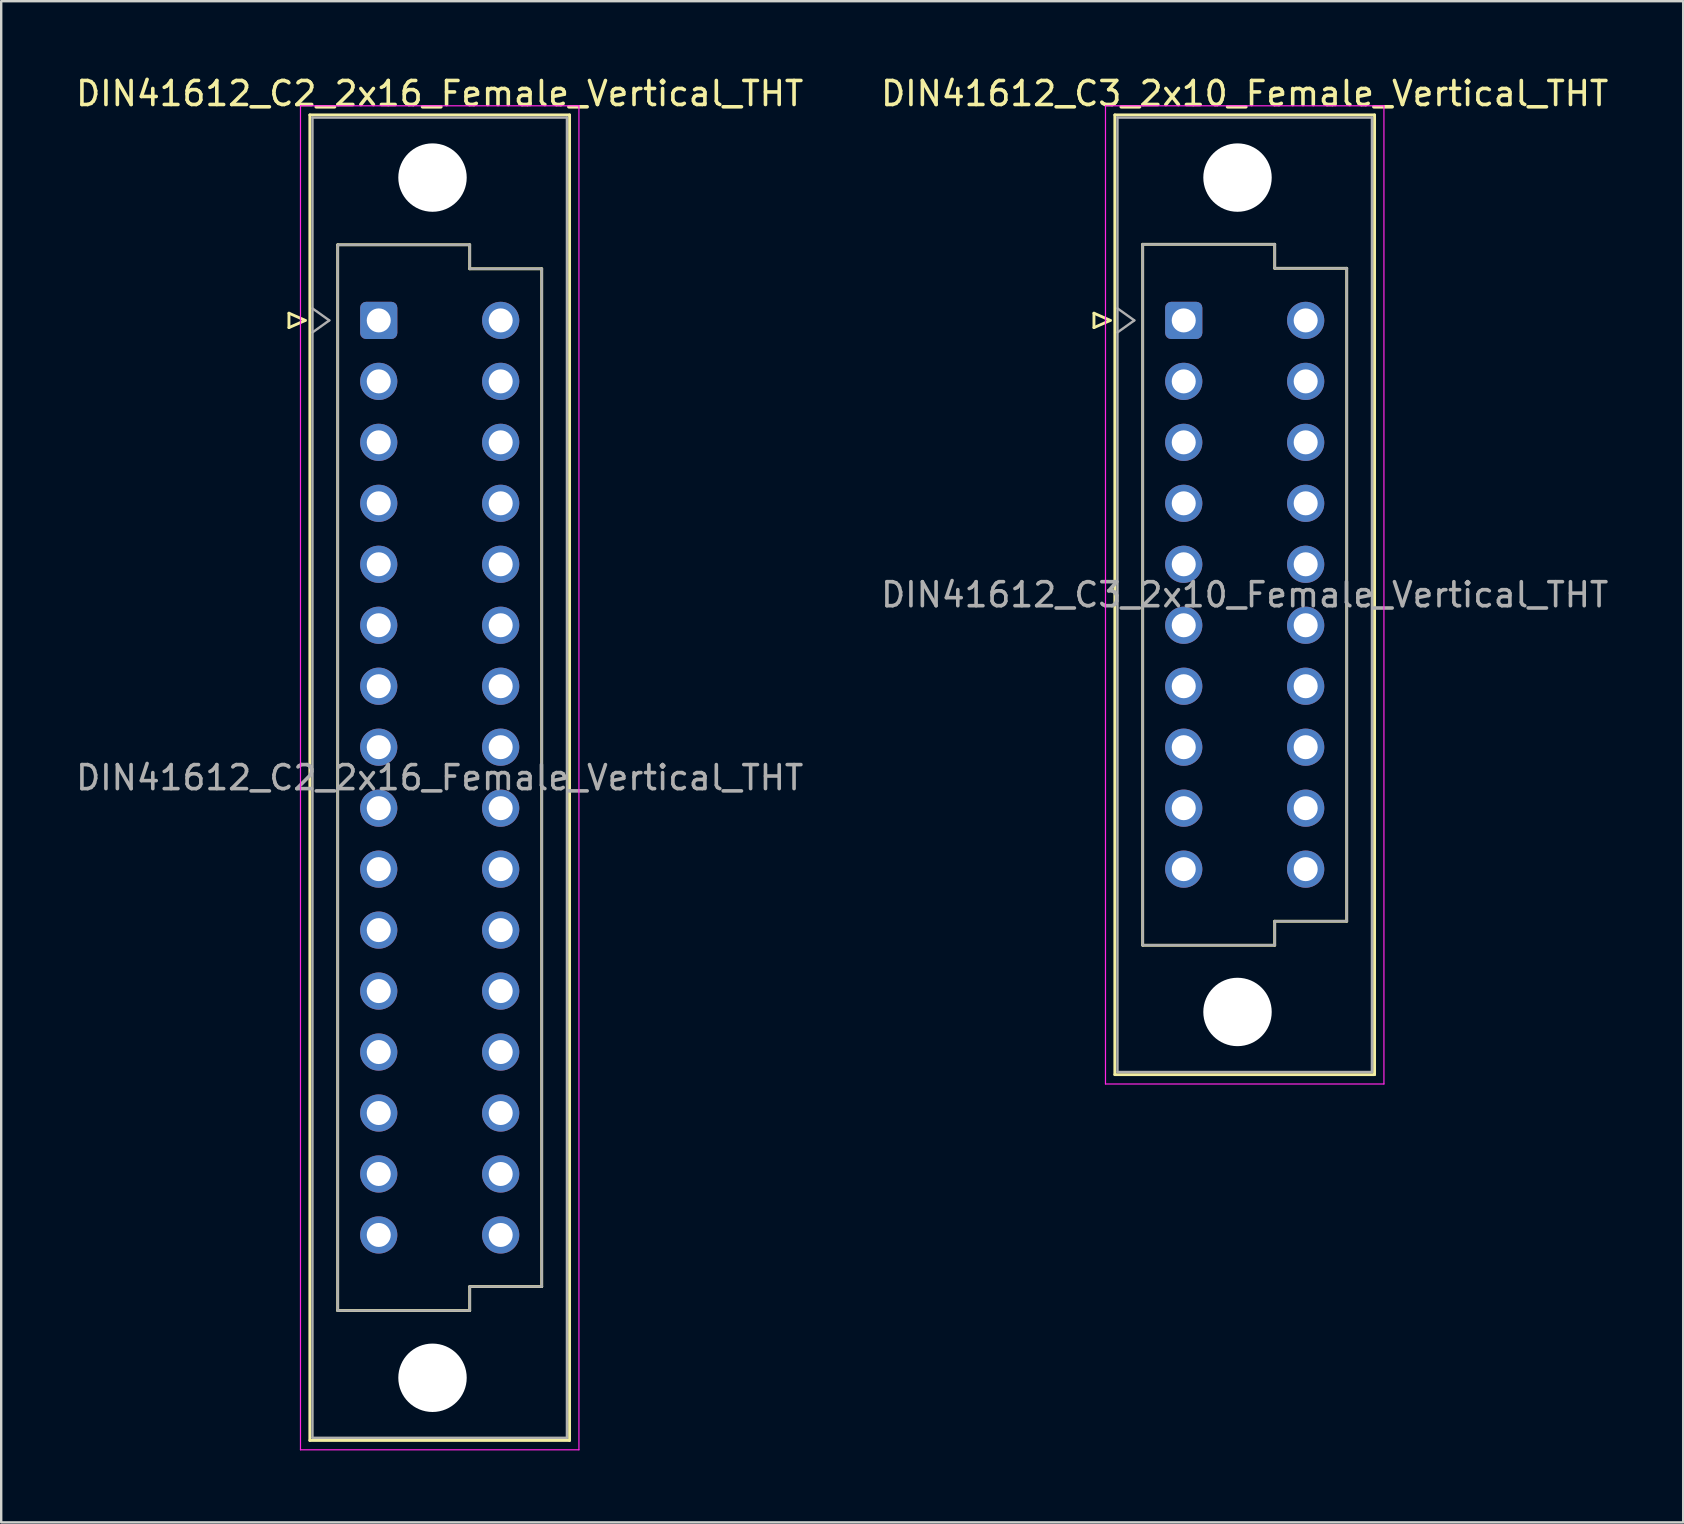
<source format=kicad_pcb>
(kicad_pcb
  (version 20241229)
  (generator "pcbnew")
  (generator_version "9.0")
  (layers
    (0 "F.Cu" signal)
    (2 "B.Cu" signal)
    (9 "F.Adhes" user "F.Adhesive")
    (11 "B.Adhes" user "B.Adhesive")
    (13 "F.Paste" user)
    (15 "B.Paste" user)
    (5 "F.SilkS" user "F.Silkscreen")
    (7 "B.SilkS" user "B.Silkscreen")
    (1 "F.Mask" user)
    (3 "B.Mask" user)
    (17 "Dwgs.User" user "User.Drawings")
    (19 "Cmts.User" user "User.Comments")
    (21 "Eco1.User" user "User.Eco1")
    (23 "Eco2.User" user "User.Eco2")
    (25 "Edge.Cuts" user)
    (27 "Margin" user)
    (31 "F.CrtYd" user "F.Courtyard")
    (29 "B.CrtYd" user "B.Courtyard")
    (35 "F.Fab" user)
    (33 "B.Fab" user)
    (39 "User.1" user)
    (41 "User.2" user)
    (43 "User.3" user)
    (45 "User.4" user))
  (footprint "DIN41612_C2_2x16_Female_Vertical_THT"
    (layer "F.Cu")
    (at 12.728 10.298)
    (property "Reference" "DIN41612_C2_2x16_Female_Vertical_THT" (at 2.54 -9.45 0) (layer "F.SilkS") (effects (font (size 1 1) (thickness 0.15))))
    (attr through_hole)
    (fp_line (start -3.74 -0.3) (end -3.74 0.3) (stroke (width 0.12) (type solid)) (layer "F.SilkS"))
    (fp_line (start -3.74 0.3) (end -3.06 0) (stroke (width 0.12) (type solid)) (layer "F.SilkS"))
    (fp_line (start -3.06 0) (end -3.74 -0.3) (stroke (width 0.12) (type solid)) (layer "F.SilkS"))
    (fp_line (start -2.87 -8.56) (end 7.95 -8.56) (stroke (width 0.12) (type solid)) (layer "F.SilkS"))
    (fp_line (start -2.87 46.66) (end -2.87 -8.56) (stroke (width 0.12) (type solid)) (layer "F.SilkS"))
    (fp_line (start -1.71 -3.15) (end 3.79 -3.15) (stroke (width 0.12) (type solid)) (layer "F.SilkS"))
    (fp_line (start -1.71 41.25) (end -1.71 -3.15) (stroke (width 0.12) (type solid)) (layer "F.SilkS"))
    (fp_line (start 3.79 -3.15) (end 3.79 -2.15) (stroke (width 0.12) (type solid)) (layer "F.SilkS"))
    (fp_line (start 3.79 -2.15) (end 6.79 -2.15) (stroke (width 0.12) (type solid)) (layer "F.SilkS"))
    (fp_line (start 3.79 40.25) (end 3.79 41.25) (stroke (width 0.12) (type solid)) (layer "F.SilkS"))
    (fp_line (start 3.79 41.25) (end -1.71 41.25) (stroke (width 0.12) (type solid)) (layer "F.SilkS"))
    (fp_line (start 6.79 -2.15) (end 6.79 40.25) (stroke (width 0.12) (type solid)) (layer "F.SilkS"))
    (fp_line (start 6.79 40.25) (end 3.79 40.25) (stroke (width 0.12) (type solid)) (layer "F.SilkS"))
    (fp_line (start 7.95 -8.56) (end 7.95 46.66) (stroke (width 0.12) (type solid)) (layer "F.SilkS"))
    (fp_line (start 7.95 46.66) (end -2.87 46.66) (stroke (width 0.12) (type solid)) (layer "F.SilkS"))
    (fp_line (start -3.26 -8.94) (end 8.34 -8.94) (stroke (width 0.05) (type solid)) (layer "F.CrtYd"))
    (fp_line (start -3.26 47.05) (end -3.26 -8.94) (stroke (width 0.05) (type solid)) (layer "F.CrtYd"))
    (fp_line (start 8.34 -8.94) (end 8.34 47.05) (stroke (width 0.05) (type solid)) (layer "F.CrtYd"))
    (fp_line (start 8.34 47.05) (end -3.26 47.05) (stroke (width 0.05) (type solid)) (layer "F.CrtYd"))
    (fp_line (start -2.76 -8.45) (end 7.84 -8.45) (stroke (width 0.1) (type solid)) (layer "F.Fab"))
    (fp_line (start -2.76 -0.5) (end -2.06 0) (stroke (width 0.1) (type solid)) (layer "F.Fab"))
    (fp_line (start -2.76 46.55) (end -2.76 -8.45) (stroke (width 0.1) (type solid)) (layer "F.Fab"))
    (fp_line (start -2.06 0) (end -2.76 0.5) (stroke (width 0.1) (type solid)) (layer "F.Fab"))
    (fp_line (start -1.71 -3.15) (end 3.79 -3.15) (stroke (width 0.1) (type solid)) (layer "F.Fab"))
    (fp_line (start -1.71 41.25) (end -1.71 -3.15) (stroke (width 0.1) (type solid)) (layer "F.Fab"))
    (fp_line (start 3.79 -3.15) (end 3.79 -2.15) (stroke (width 0.1) (type solid)) (layer "F.Fab"))
    (fp_line (start 3.79 -2.15) (end 6.79 -2.15) (stroke (width 0.1) (type solid)) (layer "F.Fab"))
    (fp_line (start 3.79 40.25) (end 3.79 41.25) (stroke (width 0.1) (type solid)) (layer "F.Fab"))
    (fp_line (start 3.79 41.25) (end -1.71 41.25) (stroke (width 0.1) (type solid)) (layer "F.Fab"))
    (fp_line (start 6.79 -2.15) (end 6.79 40.25) (stroke (width 0.1) (type solid)) (layer "F.Fab"))
    (fp_line (start 6.79 40.25) (end 3.79 40.25) (stroke (width 0.1) (type solid)) (layer "F.Fab"))
    (fp_line (start 7.84 -8.45) (end 7.84 46.55) (stroke (width 0.1) (type solid)) (layer "F.Fab"))
    (fp_line (start 7.84 46.55) (end -2.76 46.55) (stroke (width 0.1) (type solid)) (layer "F.Fab"))
    (fp_text user "${REFERENCE}" (at 2.54 19.05 0) (layer "F.Fab") (effects (font (size 1 1) (thickness 0.15))))
    (pad "" np_thru_hole circle (at 2.24 -5.95) (size 2.85 2.85) (drill 2.85) (layers "*.Cu" "*.Mask"))
    (pad "" np_thru_hole circle (at 2.24 44.05) (size 2.85 2.85) (drill 2.85) (layers "*.Cu" "*.Mask"))
    (pad "a1" thru_hole roundrect (at 0 0) (size 1.55 1.55) (drill 1) (layers "*.Cu" "*.Mask") (roundrect_rratio 0.161))
    (pad "a2" thru_hole circle (at 0 2.54) (size 1.55 1.55) (drill 1) (layers "*.Cu" "*.Mask"))
    (pad "a3" thru_hole circle (at 0 5.08) (size 1.55 1.55) (drill 1) (layers "*.Cu" "*.Mask"))
    (pad "a4" thru_hole circle (at 0 7.62) (size 1.55 1.55) (drill 1) (layers "*.Cu" "*.Mask"))
    (pad "a5" thru_hole circle (at 0 10.16) (size 1.55 1.55) (drill 1) (layers "*.Cu" "*.Mask"))
    (pad "a6" thru_hole circle (at 0 12.7) (size 1.55 1.55) (drill 1) (layers "*.Cu" "*.Mask"))
    (pad "a7" thru_hole circle (at 0 15.24) (size 1.55 1.55) (drill 1) (layers "*.Cu" "*.Mask"))
    (pad "a8" thru_hole circle (at 0 17.78) (size 1.55 1.55) (drill 1) (layers "*.Cu" "*.Mask"))
    (pad "a9" thru_hole circle (at 0 20.32) (size 1.55 1.55) (drill 1) (layers "*.Cu" "*.Mask"))
    (pad "a10" thru_hole circle (at 0 22.86) (size 1.55 1.55) (drill 1) (layers "*.Cu" "*.Mask"))
    (pad "a11" thru_hole circle (at 0 25.4) (size 1.55 1.55) (drill 1) (layers "*.Cu" "*.Mask"))
    (pad "a12" thru_hole circle (at 0 27.94) (size 1.55 1.55) (drill 1) (layers "*.Cu" "*.Mask"))
    (pad "a13" thru_hole circle (at 0 30.48) (size 1.55 1.55) (drill 1) (layers "*.Cu" "*.Mask"))
    (pad "a14" thru_hole circle (at 0 33.02) (size 1.55 1.55) (drill 1) (layers "*.Cu" "*.Mask"))
    (pad "a15" thru_hole circle (at 0 35.56) (size 1.55 1.55) (drill 1) (layers "*.Cu" "*.Mask"))
    (pad "a16" thru_hole circle (at 0 38.1) (size 1.55 1.55) (drill 1) (layers "*.Cu" "*.Mask"))
    (pad "c1" thru_hole circle (at 5.08 0) (size 1.55 1.55) (drill 1) (layers "*.Cu" "*.Mask"))
    (pad "c2" thru_hole circle (at 5.08 2.54) (size 1.55 1.55) (drill 1) (layers "*.Cu" "*.Mask"))
    (pad "c3" thru_hole circle (at 5.08 5.08) (size 1.55 1.55) (drill 1) (layers "*.Cu" "*.Mask"))
    (pad "c4" thru_hole circle (at 5.08 7.62) (size 1.55 1.55) (drill 1) (layers "*.Cu" "*.Mask"))
    (pad "c5" thru_hole circle (at 5.08 10.16) (size 1.55 1.55) (drill 1) (layers "*.Cu" "*.Mask"))
    (pad "c6" thru_hole circle (at 5.08 12.7) (size 1.55 1.55) (drill 1) (layers "*.Cu" "*.Mask"))
    (pad "c7" thru_hole circle (at 5.08 15.24) (size 1.55 1.55) (drill 1) (layers "*.Cu" "*.Mask"))
    (pad "c8" thru_hole circle (at 5.08 17.78) (size 1.55 1.55) (drill 1) (layers "*.Cu" "*.Mask"))
    (pad "c9" thru_hole circle (at 5.08 20.32) (size 1.55 1.55) (drill 1) (layers "*.Cu" "*.Mask"))
    (pad "c10" thru_hole circle (at 5.08 22.86) (size 1.55 1.55) (drill 1) (layers "*.Cu" "*.Mask"))
    (pad "c11" thru_hole circle (at 5.08 25.4) (size 1.55 1.55) (drill 1) (layers "*.Cu" "*.Mask"))
    (pad "c12" thru_hole circle (at 5.08 27.94) (size 1.55 1.55) (drill 1) (layers "*.Cu" "*.Mask"))
    (pad "c13" thru_hole circle (at 5.08 30.48) (size 1.55 1.55) (drill 1) (layers "*.Cu" "*.Mask"))
    (pad "c14" thru_hole circle (at 5.08 33.02) (size 1.55 1.55) (drill 1) (layers "*.Cu" "*.Mask"))
    (pad "c15" thru_hole circle (at 5.08 35.56) (size 1.55 1.55) (drill 1) (layers "*.Cu" "*.Mask"))
    (pad "c16" thru_hole circle (at 5.08 38.1) (size 1.55 1.55) (drill 1) (layers "*.Cu" "*.Mask")))
  (footprint "DIN41612_C3_2x10_Female_Vertical_THT"
    (layer "F.Cu")
    (at 46.264 10.298)
    (property "Reference" "DIN41612_C3_2x10_Female_Vertical_THT" (at 2.54 -9.45 0) (layer "F.SilkS") (effects (font (size 1 1) (thickness 0.15))))
    (attr through_hole)
    (fp_line (start -3.74 -0.3) (end -3.74 0.3) (stroke (width 0.12) (type solid)) (layer "F.SilkS"))
    (fp_line (start -3.74 0.3) (end -3.06 0) (stroke (width 0.12) (type solid)) (layer "F.SilkS"))
    (fp_line (start -3.06 0) (end -3.74 -0.3) (stroke (width 0.12) (type solid)) (layer "F.SilkS"))
    (fp_line (start -2.87 -8.56) (end 7.95 -8.56) (stroke (width 0.12) (type solid)) (layer "F.SilkS"))
    (fp_line (start -2.87 31.42) (end -2.87 -8.56) (stroke (width 0.12) (type solid)) (layer "F.SilkS"))
    (fp_line (start -1.71 -3.17) (end 3.79 -3.17) (stroke (width 0.12) (type solid)) (layer "F.SilkS"))
    (fp_line (start -1.71 26.03) (end -1.71 -3.17) (stroke (width 0.12) (type solid)) (layer "F.SilkS"))
    (fp_line (start 3.79 -3.17) (end 3.79 -2.17) (stroke (width 0.12) (type solid)) (layer "F.SilkS"))
    (fp_line (start 3.79 -2.17) (end 6.79 -2.17) (stroke (width 0.12) (type solid)) (layer "F.SilkS"))
    (fp_line (start 3.79 25.03) (end 3.79 26.03) (stroke (width 0.12) (type solid)) (layer "F.SilkS"))
    (fp_line (start 3.79 26.03) (end -1.71 26.03) (stroke (width 0.12) (type solid)) (layer "F.SilkS"))
    (fp_line (start 6.79 -2.17) (end 6.79 25.03) (stroke (width 0.12) (type solid)) (layer "F.SilkS"))
    (fp_line (start 6.79 25.03) (end 3.79 25.03) (stroke (width 0.12) (type solid)) (layer "F.SilkS"))
    (fp_line (start 7.95 -8.56) (end 7.95 31.42) (stroke (width 0.12) (type solid)) (layer "F.SilkS"))
    (fp_line (start 7.95 31.42) (end -2.87 31.42) (stroke (width 0.12) (type solid)) (layer "F.SilkS"))
    (fp_line (start -3.26 -8.94) (end 8.34 -8.94) (stroke (width 0.05) (type solid)) (layer "F.CrtYd"))
    (fp_line (start -3.26 31.81) (end -3.26 -8.94) (stroke (width 0.05) (type solid)) (layer "F.CrtYd"))
    (fp_line (start 8.34 -8.94) (end 8.34 31.81) (stroke (width 0.05) (type solid)) (layer "F.CrtYd"))
    (fp_line (start 8.34 31.81) (end -3.26 31.81) (stroke (width 0.05) (type solid)) (layer "F.CrtYd"))
    (fp_line (start -2.76 -8.45) (end 7.84 -8.45) (stroke (width 0.1) (type solid)) (layer "F.Fab"))
    (fp_line (start -2.76 -0.5) (end -2.06 0) (stroke (width 0.1) (type solid)) (layer "F.Fab"))
    (fp_line (start -2.76 31.31) (end -2.76 -8.45) (stroke (width 0.1) (type solid)) (layer "F.Fab"))
    (fp_line (start -2.06 0) (end -2.76 0.5) (stroke (width 0.1) (type solid)) (layer "F.Fab"))
    (fp_line (start -1.71 -3.17) (end 3.79 -3.17) (stroke (width 0.1) (type solid)) (layer "F.Fab"))
    (fp_line (start -1.71 26.03) (end -1.71 -3.17) (stroke (width 0.1) (type solid)) (layer "F.Fab"))
    (fp_line (start 3.79 -3.17) (end 3.79 -2.17) (stroke (width 0.1) (type solid)) (layer "F.Fab"))
    (fp_line (start 3.79 -2.17) (end 6.79 -2.17) (stroke (width 0.1) (type solid)) (layer "F.Fab"))
    (fp_line (start 3.79 25.03) (end 3.79 26.03) (stroke (width 0.1) (type solid)) (layer "F.Fab"))
    (fp_line (start 3.79 26.03) (end -1.71 26.03) (stroke (width 0.1) (type solid)) (layer "F.Fab"))
    (fp_line (start 6.79 -2.17) (end 6.79 25.03) (stroke (width 0.1) (type solid)) (layer "F.Fab"))
    (fp_line (start 6.79 25.03) (end 3.79 25.03) (stroke (width 0.1) (type solid)) (layer "F.Fab"))
    (fp_line (start 7.84 -8.45) (end 7.84 31.31) (stroke (width 0.1) (type solid)) (layer "F.Fab"))
    (fp_line (start 7.84 31.31) (end -2.76 31.31) (stroke (width 0.1) (type solid)) (layer "F.Fab"))
    (fp_text user "${REFERENCE}" (at 2.54 11.43 0) (layer "F.Fab") (effects (font (size 1 1) (thickness 0.15))))
    (pad "" np_thru_hole circle (at 2.24 -5.95) (size 2.85 2.85) (drill 2.85) (layers "*.Cu" "*.Mask"))
    (pad "" np_thru_hole circle (at 2.24 28.81) (size 2.85 2.85) (drill 2.85) (layers "*.Cu" "*.Mask"))
    (pad "a1" thru_hole roundrect (at 0 0) (size 1.55 1.55) (drill 1) (layers "*.Cu" "*.Mask") (roundrect_rratio 0.161))
    (pad "a2" thru_hole circle (at 0 2.54) (size 1.55 1.55) (drill 1) (layers "*.Cu" "*.Mask"))
    (pad "a3" thru_hole circle (at 0 5.08) (size 1.55 1.55) (drill 1) (layers "*.Cu" "*.Mask"))
    (pad "a4" thru_hole circle (at 0 7.62) (size 1.55 1.55) (drill 1) (layers "*.Cu" "*.Mask"))
    (pad "a5" thru_hole circle (at 0 10.16) (size 1.55 1.55) (drill 1) (layers "*.Cu" "*.Mask"))
    (pad "a6" thru_hole circle (at 0 12.7) (size 1.55 1.55) (drill 1) (layers "*.Cu" "*.Mask"))
    (pad "a7" thru_hole circle (at 0 15.24) (size 1.55 1.55) (drill 1) (layers "*.Cu" "*.Mask"))
    (pad "a8" thru_hole circle (at 0 17.78) (size 1.55 1.55) (drill 1) (layers "*.Cu" "*.Mask"))
    (pad "a9" thru_hole circle (at 0 20.32) (size 1.55 1.55) (drill 1) (layers "*.Cu" "*.Mask"))
    (pad "a10" thru_hole circle (at 0 22.86) (size 1.55 1.55) (drill 1) (layers "*.Cu" "*.Mask"))
    (pad "c1" thru_hole circle (at 5.08 0) (size 1.55 1.55) (drill 1) (layers "*.Cu" "*.Mask"))
    (pad "c2" thru_hole circle (at 5.08 2.54) (size 1.55 1.55) (drill 1) (layers "*.Cu" "*.Mask"))
    (pad "c3" thru_hole circle (at 5.08 5.08) (size 1.55 1.55) (drill 1) (layers "*.Cu" "*.Mask"))
    (pad "c4" thru_hole circle (at 5.08 7.62) (size 1.55 1.55) (drill 1) (layers "*.Cu" "*.Mask"))
    (pad "c5" thru_hole circle (at 5.08 10.16) (size 1.55 1.55) (drill 1) (layers "*.Cu" "*.Mask"))
    (pad "c6" thru_hole circle (at 5.08 12.7) (size 1.55 1.55) (drill 1) (layers "*.Cu" "*.Mask"))
    (pad "c7" thru_hole circle (at 5.08 15.24) (size 1.55 1.55) (drill 1) (layers "*.Cu" "*.Mask"))
    (pad "c8" thru_hole circle (at 5.08 17.78) (size 1.55 1.55) (drill 1) (layers "*.Cu" "*.Mask"))
    (pad "c9" thru_hole circle (at 5.08 20.32) (size 1.55 1.55) (drill 1) (layers "*.Cu" "*.Mask"))
    (pad "c10" thru_hole circle (at 5.08 22.86) (size 1.55 1.55) (drill 1) (layers "*.Cu" "*.Mask")))
  (gr_rect
    (start -3 -3)
    (end 67.071 60.373)
    (stroke (width 0.1) (type default))
    (fill no)
    (layer "Edge.Cuts")))
</source>
